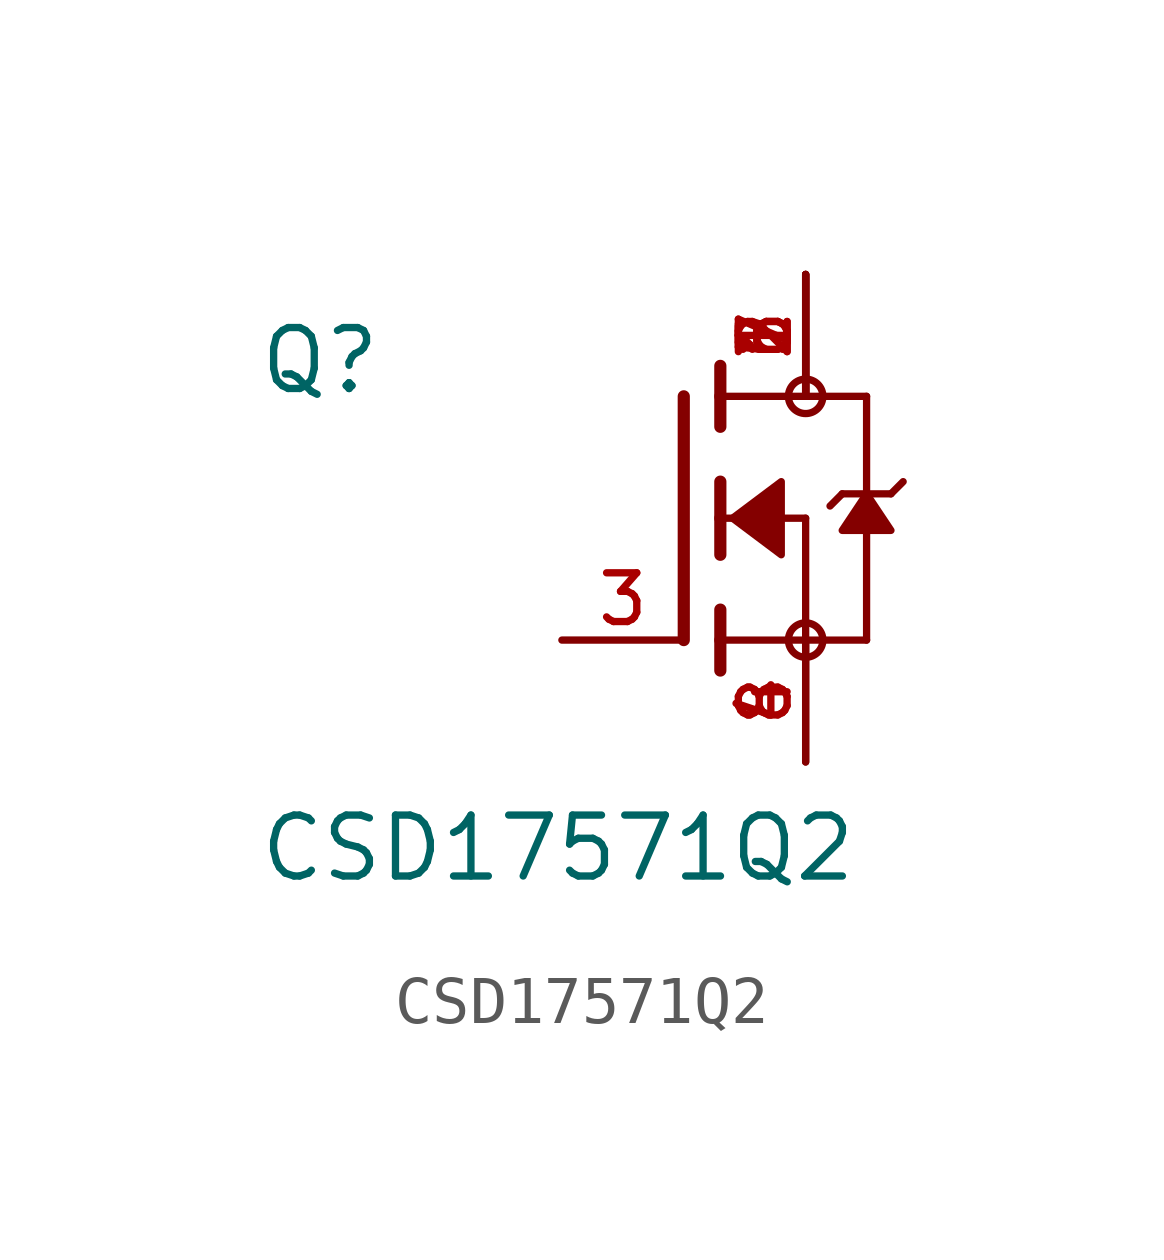
<source format=kicad_sym>
(kicad_symbol_lib
  (version 20231120)
  (generator "kicad_symbol_editor")
  (generator_version "8.0")
  (symbol "CSD17571Q2"
    (pin_names
      (offset 1.016))
    (property "Reference" "Q"
      (at -8.89 2.54 0)
      (effects (font (size 1.27 1.27)) (justify left bottom)))
    (property "Value" "CSD17571Q2"
      (at -8.89 -7.62 0)
      (effects (font (size 1.27 1.27)) (justify left bottom)))
    (symbol "CSD17571Q2_0_0"
      (polyline (pts (xy 0 2.54) (xy 0 -2.54)) (stroke (width 0.254) (type default)) (fill (type none)))
      (polyline (pts (xy 0.762 -2.54) (xy 0.762 -3.175)) (stroke (width 0.254) (type default)) (fill (type none)))
      (polyline (pts (xy 0.762 -1.905) (xy 0.762 -2.54)) (stroke (width 0.254) (type default)) (fill (type none)))
      (polyline (pts (xy 0.762 0) (xy 0.762 -0.762)) (stroke (width 0.254) (type default)) (fill (type none)))
      (polyline (pts (xy 0.762 0) (xy 2.54 0)) (stroke (width 0.152) (type default)) (fill (type none)))
      (polyline (pts (xy 0.762 0.762) (xy 0.762 0)) (stroke (width 0.254) (type default)) (fill (type none)))
      (polyline (pts (xy 0.762 2.54) (xy 0.762 1.905)) (stroke (width 0.254) (type default)) (fill (type none)))
      (polyline (pts (xy 0.762 2.54) (xy 3.81 2.54)) (stroke (width 0.152) (type default)) (fill (type none)))
      (polyline (pts (xy 0.762 3.175) (xy 0.762 2.54)) (stroke (width 0.254) (type default)) (fill (type none)))
      (polyline (pts (xy 2.54 -2.54) (xy 0.762 -2.54)) (stroke (width 0.152) (type default)) (fill (type none)))
      (polyline (pts (xy 2.54 -2.54) (xy 3.81 -2.54)) (stroke (width 0.152) (type default)) (fill (type none)))
      (polyline (pts (xy 2.54 0) (xy 2.54 -2.54)) (stroke (width 0.152) (type default)) (fill (type none)))
      (polyline (pts (xy 3.302 0.508) (xy 3.048 0.254)) (stroke (width 0.152) (type default)) (fill (type none)))
      (polyline (pts (xy 3.81 0.508) (xy 3.302 0.508)) (stroke (width 0.152) (type default)) (fill (type none)))
      (polyline (pts (xy 3.81 0.508) (xy 3.81 -2.54)) (stroke (width 0.152) (type default)) (fill (type none)))
      (polyline (pts (xy 3.81 2.54) (xy 3.81 0.508)) (stroke (width 0.152) (type default)) (fill (type none)))
      (polyline (pts (xy 4.318 0.508) (xy 3.81 0.508)) (stroke (width 0.152) (type default)) (fill (type none)))
      (polyline (pts (xy 4.572 0.762) (xy 4.318 0.508)) (stroke (width 0.152) (type default)) (fill (type none)))
      (polyline (pts (xy 1.016 0) (xy 2.032 0.762) (xy 2.032 -0.762) (xy 1.016 0)) (stroke (width 0.152) (type default)) (fill (type outline)))
      (polyline (pts (xy 3.81 0.508) (xy 3.302 -0.254) (xy 4.318 -0.254) (xy 3.81 0.508)) (stroke (width 0.152) (type default)) (fill (type outline)))
      (circle (center 2.54 -2.54) (radius 0.359) (stroke (width 0) (type default)) (fill (type none)))
      (circle (center 2.54 2.54) (radius 0.359) (stroke (width 0) (type default)) (fill (type none)))
      (pin passive line (at 2.54 5.08 270) (length 2.54) (name "~" (effects (font (size 1.016 1.016)))) (number "1" (effects (font (size 1.016 1.016)))))
      (pin passive line (at 2.54 5.08 270) (length 2.54) (name "~" (effects (font (size 1.016 1.016)))) (number "2" (effects (font (size 1.016 1.016)))))
      (pin passive line (at -2.54 -2.54 0) (length 2.54) (name "~" (effects (font (size 1.016 1.016)))) (number "3" (effects (font (size 1.016 1.016)))))
      (pin passive line (at 2.54 -5.08 90) (length 2.54) (name "~" (effects (font (size 1.016 1.016)))) (number "4" (effects (font (size 1.016 1.016)))))
      (pin passive line (at 2.54 5.08 270) (length 2.54) (name "~" (effects (font (size 1.016 1.016)))) (number "5" (effects (font (size 1.016 1.016)))))
      (pin passive line (at 2.54 5.08 270) (length 2.54) (name "~" (effects (font (size 1.016 1.016)))) (number "6" (effects (font (size 1.016 1.016)))))
      (pin passive line (at 2.54 5.08 270) (length 2.54) (name "~" (effects (font (size 1.016 1.016)))) (number "7" (effects (font (size 1.016 1.016)))))
      (pin passive line (at 2.54 -5.08 90) (length 2.54) (name "~" (effects (font (size 1.016 1.016)))) (number "8" (effects (font (size 1.016 1.016))))))))
</source>
